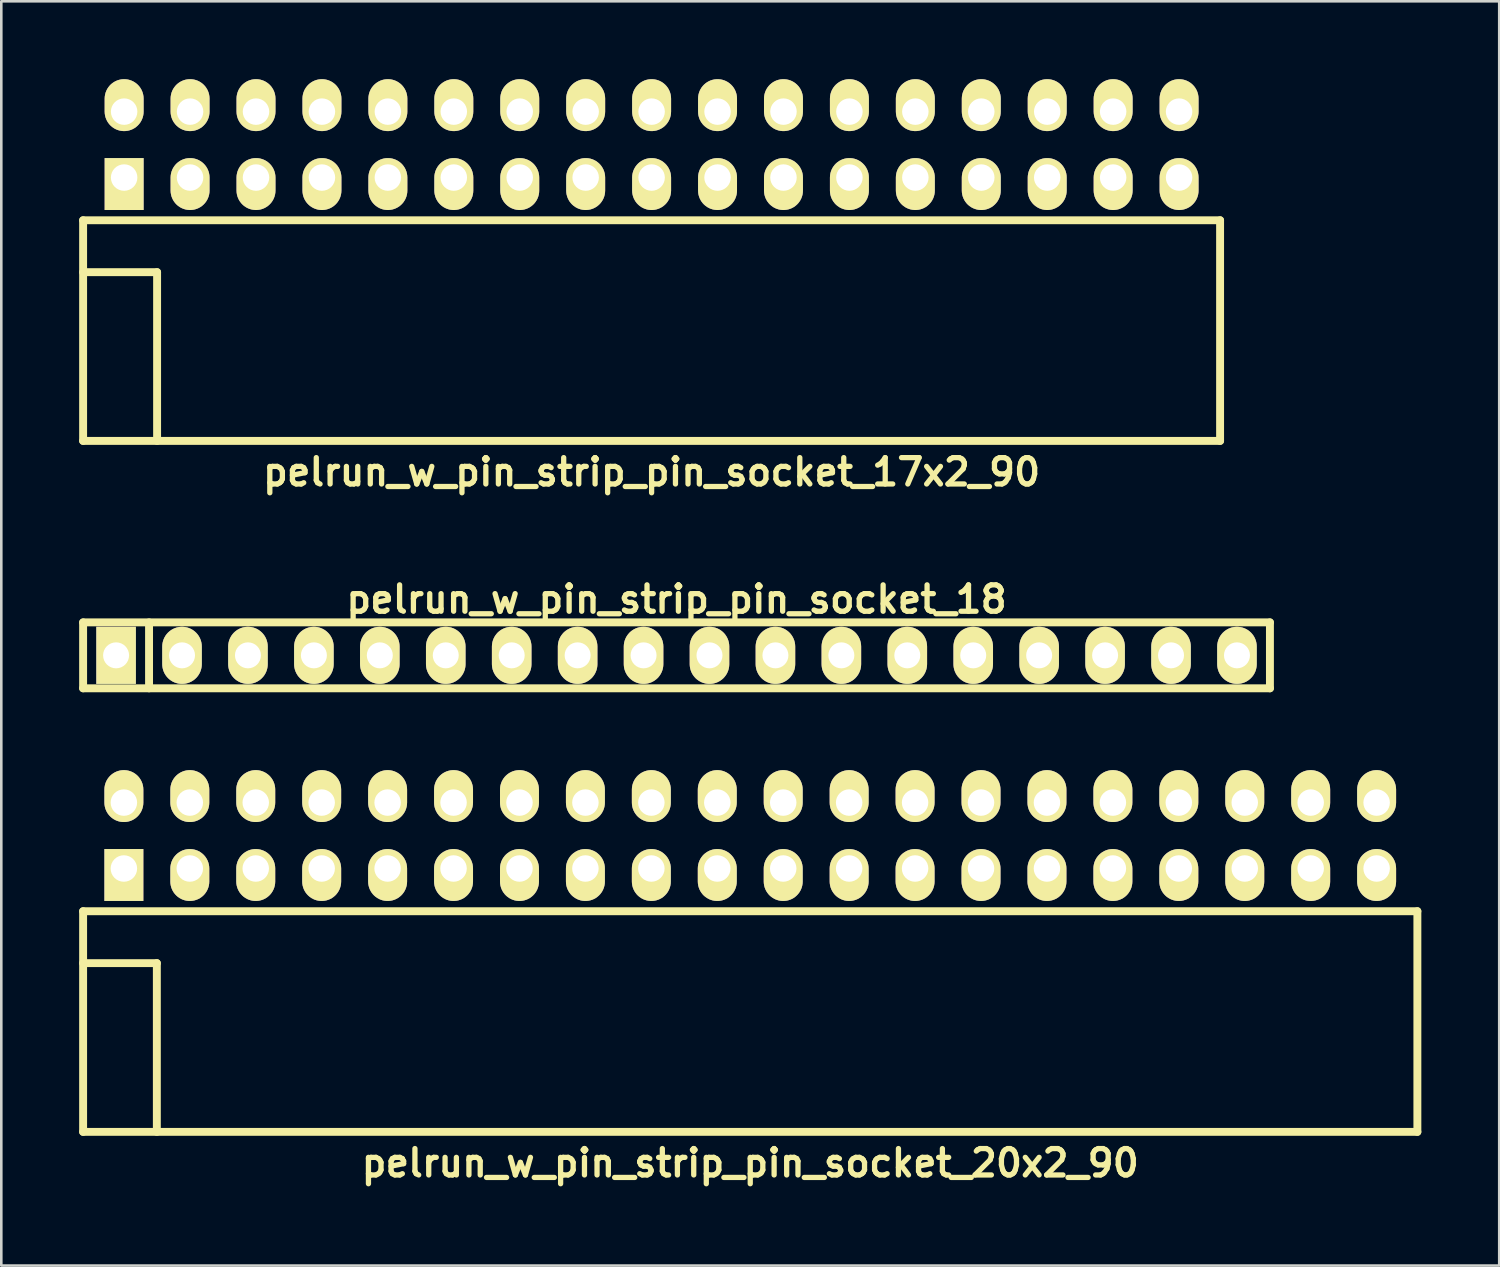
<source format=kicad_pcb>
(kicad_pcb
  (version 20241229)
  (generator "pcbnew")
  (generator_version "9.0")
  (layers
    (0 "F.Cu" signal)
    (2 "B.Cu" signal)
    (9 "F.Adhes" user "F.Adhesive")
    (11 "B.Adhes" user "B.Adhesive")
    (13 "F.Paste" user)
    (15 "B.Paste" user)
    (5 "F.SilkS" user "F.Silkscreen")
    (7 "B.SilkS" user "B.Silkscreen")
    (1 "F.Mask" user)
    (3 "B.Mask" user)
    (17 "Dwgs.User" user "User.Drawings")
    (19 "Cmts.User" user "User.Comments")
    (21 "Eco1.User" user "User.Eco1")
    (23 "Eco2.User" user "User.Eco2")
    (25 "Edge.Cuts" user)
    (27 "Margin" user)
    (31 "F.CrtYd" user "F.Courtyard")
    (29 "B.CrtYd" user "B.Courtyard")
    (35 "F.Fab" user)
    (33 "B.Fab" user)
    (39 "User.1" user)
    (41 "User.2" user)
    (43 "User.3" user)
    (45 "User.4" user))
  (footprint "pelrun_w_pin_strip_pin_socket_18"
    (layer "F.Cu")
    (at 23.012 22.196)
    (property "Reference" "pelrun_w_pin_strip_pin_socket_18" (at 0 -2.159 0) (layer "F.SilkS") (effects (font (size 1.016 1.016) (thickness 0.203))))
    (attr through_hole)
    (fp_line (start -22.86 -1.27) (end 22.86 -1.27) (stroke (width 0.305) (type solid)) (layer "F.SilkS"))
    (fp_line (start -22.86 1.27) (end -22.86 -1.27) (stroke (width 0.305) (type solid)) (layer "F.SilkS"))
    (fp_line (start -20.32 -1.27) (end -20.32 1.27) (stroke (width 0.305) (type solid)) (layer "F.SilkS"))
    (fp_line (start 22.86 -1.27) (end 22.86 1.27) (stroke (width 0.305) (type solid)) (layer "F.SilkS"))
    (fp_line (start 22.86 1.27) (end -22.86 1.27) (stroke (width 0.305) (type solid)) (layer "F.SilkS"))
    (pad "1" thru_hole rect (at -21.59 0) (size 1.524 2.2) (drill 1.001) (layers "*.Cu" "*.Mask" "F.SilkS"))
    (pad "2" thru_hole oval (at -19.05 0) (size 1.524 2.2) (drill 1.001) (layers "*.Cu" "*.Mask" "F.SilkS"))
    (pad "3" thru_hole oval (at -16.51 0) (size 1.524 2.2) (drill 1.001) (layers "*.Cu" "*.Mask" "F.SilkS"))
    (pad "4" thru_hole oval (at -13.97 0) (size 1.524 2.2) (drill 1.001) (layers "*.Cu" "*.Mask" "F.SilkS"))
    (pad "5" thru_hole oval (at -11.43 0) (size 1.524 2.2) (drill 1.001) (layers "*.Cu" "*.Mask" "F.SilkS"))
    (pad "6" thru_hole oval (at -8.89 0) (size 1.524 2.2) (drill 1.001) (layers "*.Cu" "*.Mask" "F.SilkS"))
    (pad "7" thru_hole oval (at -6.35 0) (size 1.524 2.2) (drill 1.001) (layers "*.Cu" "*.Mask" "F.SilkS"))
    (pad "8" thru_hole oval (at -3.81 0) (size 1.524 2.2) (drill 1.001) (layers "*.Cu" "*.Mask" "F.SilkS"))
    (pad "9" thru_hole oval (at -1.27 0) (size 1.524 2.2) (drill 1.001) (layers "*.Cu" "*.Mask" "F.SilkS"))
    (pad "10" thru_hole oval (at 1.27 0) (size 1.524 2.2) (drill 1.001) (layers "*.Cu" "*.Mask" "F.SilkS"))
    (pad "11" thru_hole oval (at 3.81 0) (size 1.524 2.2) (drill 1.001) (layers "*.Cu" "*.Mask" "F.SilkS"))
    (pad "12" thru_hole oval (at 6.35 0) (size 1.524 2.2) (drill 1.001) (layers "*.Cu" "*.Mask" "F.SilkS"))
    (pad "13" thru_hole oval (at 8.89 0) (size 1.524 2.2) (drill 1.001) (layers "*.Cu" "*.Mask" "F.SilkS"))
    (pad "14" thru_hole oval (at 11.43 0) (size 1.524 2.2) (drill 1.001) (layers "*.Cu" "*.Mask" "F.SilkS"))
    (pad "15" thru_hole oval (at 13.97 0) (size 1.524 2.2) (drill 1.001) (layers "*.Cu" "*.Mask" "F.SilkS"))
    (pad "16" thru_hole oval (at 16.51 0) (size 1.524 2.2) (drill 1.001) (layers "*.Cu" "*.Mask" "F.SilkS"))
    (pad "17" thru_hole oval (at 19.05 0) (size 1.524 2.2) (drill 1.001) (layers "*.Cu" "*.Mask" "F.SilkS"))
    (pad "18" thru_hole oval (at 21.59 0) (size 1.524 2.2) (drill 1.001) (layers "*.Cu" "*.Mask" "F.SilkS")))
  (footprint "pelrun_w_pin_strip_pin_socket_17x2_90"
    (layer "F.Cu")
    (at 22.052 7.435)
    (property "Reference" "pelrun_w_pin_strip_pin_socket_17x2_90" (at 0 7.7 0) (layer "F.SilkS") (effects (font (size 1.016 1.016) (thickness 0.203))))
    (attr through_hole)
    (fp_line (start -21.9 -2) (end -21.9 6.5) (stroke (width 0.305) (type solid)) (layer "F.SilkS"))
    (fp_line (start -21.9 -2) (end 21.9 -2) (stroke (width 0.305) (type solid)) (layer "F.SilkS"))
    (fp_line (start -21.9 0) (end -19.05 0) (stroke (width 0.305) (type solid)) (layer "F.SilkS"))
    (fp_line (start -21.9 6.5) (end 21.9 6.5) (stroke (width 0.305) (type solid)) (layer "F.SilkS"))
    (fp_line (start -19.05 0) (end -19.05 6.5) (stroke (width 0.305) (type solid)) (layer "F.SilkS"))
    (fp_line (start 21.9 -2) (end 21.9 6.5) (stroke (width 0.305) (type solid)) (layer "F.SilkS"))
    (pad "1" thru_hole rect (at -20.32 -3.645) (size 1.5 2) (drill 1.02 (offset 0 0.25)) (layers "*.Cu" "*.Mask" "F.SilkS"))
    (pad "2" thru_hole oval (at -20.32 -6.185) (size 1.5 2) (drill 1.02 (offset 0 -0.25)) (layers "*.Cu" "*.Mask" "F.SilkS"))
    (pad "3" thru_hole oval (at -17.78 -3.645) (size 1.5 2) (drill 1.02 (offset 0 0.25)) (layers "*.Cu" "*.Mask" "F.SilkS"))
    (pad "4" thru_hole oval (at -17.78 -6.185) (size 1.5 2) (drill 1.02 (offset 0 -0.25)) (layers "*.Cu" "*.Mask" "F.SilkS"))
    (pad "5" thru_hole oval (at -15.24 -3.645) (size 1.5 2) (drill 1.02 (offset 0 0.25)) (layers "*.Cu" "*.Mask" "F.SilkS"))
    (pad "6" thru_hole oval (at -15.24 -6.185) (size 1.5 2) (drill 1.02 (offset 0 -0.25)) (layers "*.Cu" "*.Mask" "F.SilkS"))
    (pad "7" thru_hole oval (at -12.7 -3.645) (size 1.5 2) (drill 1.02 (offset 0 0.25)) (layers "*.Cu" "*.Mask" "F.SilkS"))
    (pad "8" thru_hole oval (at -12.7 -6.185) (size 1.5 2) (drill 1.02 (offset 0 -0.25)) (layers "*.Cu" "*.Mask" "F.SilkS"))
    (pad "9" thru_hole oval (at -10.16 -3.645) (size 1.5 2) (drill 1.02 (offset 0 0.25)) (layers "*.Cu" "*.Mask" "F.SilkS"))
    (pad "10" thru_hole oval (at -10.16 -6.185) (size 1.5 2) (drill 1.02 (offset 0 -0.25)) (layers "*.Cu" "*.Mask" "F.SilkS"))
    (pad "11" thru_hole oval (at -7.62 -3.645) (size 1.5 2) (drill 1.02 (offset 0 0.25)) (layers "*.Cu" "*.Mask" "F.SilkS"))
    (pad "12" thru_hole oval (at -7.62 -6.185) (size 1.5 2) (drill 1.02 (offset 0 -0.25)) (layers "*.Cu" "*.Mask" "F.SilkS"))
    (pad "13" thru_hole oval (at -5.08 -3.645) (size 1.5 2) (drill 1.02 (offset 0 0.25)) (layers "*.Cu" "*.Mask" "F.SilkS"))
    (pad "14" thru_hole oval (at -5.08 -6.185) (size 1.5 2) (drill 1.02 (offset 0 -0.25)) (layers "*.Cu" "*.Mask" "F.SilkS"))
    (pad "15" thru_hole oval (at -2.54 -3.645) (size 1.5 2) (drill 1.02 (offset 0 0.25)) (layers "*.Cu" "*.Mask" "F.SilkS"))
    (pad "16" thru_hole oval (at -2.54 -6.185) (size 1.5 2) (drill 1.02 (offset 0 -0.25)) (layers "*.Cu" "*.Mask" "F.SilkS"))
    (pad "17" thru_hole oval (at 0 -3.645) (size 1.5 2) (drill 1.02 (offset 0 0.25)) (layers "*.Cu" "*.Mask" "F.SilkS"))
    (pad "18" thru_hole oval (at 0 -6.185) (size 1.5 2) (drill 1.02 (offset 0 -0.25)) (layers "*.Cu" "*.Mask" "F.SilkS"))
    (pad "19" thru_hole oval (at 2.54 -3.645) (size 1.5 2) (drill 1.02 (offset 0 0.25)) (layers "*.Cu" "*.Mask" "F.SilkS"))
    (pad "20" thru_hole oval (at 2.54 -6.185) (size 1.5 2) (drill 1.02 (offset 0 -0.25)) (layers "*.Cu" "*.Mask" "F.SilkS"))
    (pad "21" thru_hole oval (at 5.08 -3.645) (size 1.5 2) (drill 1.02 (offset 0 0.25)) (layers "*.Cu" "*.Mask" "F.SilkS"))
    (pad "22" thru_hole oval (at 5.08 -6.185) (size 1.5 2) (drill 1.02 (offset 0 -0.25)) (layers "*.Cu" "*.Mask" "F.SilkS"))
    (pad "23" thru_hole oval (at 7.62 -3.645) (size 1.5 2) (drill 1.02 (offset 0 0.25)) (layers "*.Cu" "*.Mask" "F.SilkS"))
    (pad "24" thru_hole oval (at 7.62 -6.185) (size 1.5 2) (drill 1.02 (offset 0 -0.25)) (layers "*.Cu" "*.Mask" "F.SilkS"))
    (pad "25" thru_hole oval (at 10.16 -3.645) (size 1.5 2) (drill 1.02 (offset 0 0.25)) (layers "*.Cu" "*.Mask" "F.SilkS"))
    (pad "26" thru_hole oval (at 10.16 -6.185) (size 1.5 2) (drill 1.02 (offset 0 -0.25)) (layers "*.Cu" "*.Mask" "F.SilkS"))
    (pad "27" thru_hole oval (at 12.7 -3.645) (size 1.5 2) (drill 1.02 (offset 0 0.25)) (layers "*.Cu" "*.Mask" "F.SilkS"))
    (pad "28" thru_hole oval (at 12.7 -6.185) (size 1.5 2) (drill 1.02 (offset 0 -0.25)) (layers "*.Cu" "*.Mask" "F.SilkS"))
    (pad "29" thru_hole oval (at 15.24 -3.645) (size 1.5 2) (drill 1.02 (offset 0 0.25)) (layers "*.Cu" "*.Mask" "F.SilkS"))
    (pad "30" thru_hole oval (at 15.24 -6.185) (size 1.5 2) (drill 1.02 (offset 0 -0.25)) (layers "*.Cu" "*.Mask" "F.SilkS"))
    (pad "31" thru_hole oval (at 17.78 -3.645) (size 1.5 2) (drill 1.02 (offset 0 0.25)) (layers "*.Cu" "*.Mask" "F.SilkS"))
    (pad "32" thru_hole oval (at 17.78 -6.185) (size 1.5 2) (drill 1.02 (offset 0 -0.25)) (layers "*.Cu" "*.Mask" "F.SilkS"))
    (pad "33" thru_hole oval (at 20.32 -3.645) (size 1.5 2) (drill 1.02 (offset 0 0.25)) (layers "*.Cu" "*.Mask" "F.SilkS"))
    (pad "34" thru_hole oval (at 20.32 -6.185) (size 1.5 2) (drill 1.02 (offset 0 -0.25)) (layers "*.Cu" "*.Mask" "F.SilkS")))
  (footprint "pelrun_w_pin_strip_pin_socket_20x2_90"
    (layer "F.Cu")
    (at 25.852 34.053)
    (property "Reference" "pelrun_w_pin_strip_pin_socket_20x2_90" (at 0 7.7 0) (layer "F.SilkS") (effects (font (size 1.016 1.016) (thickness 0.203))))
    (attr through_hole)
    (fp_line (start -25.7 -2) (end -25.7 6.5) (stroke (width 0.305) (type solid)) (layer "F.SilkS"))
    (fp_line (start -25.7 -2) (end 25.7 -2) (stroke (width 0.305) (type solid)) (layer "F.SilkS"))
    (fp_line (start -25.7 0) (end -22.86 0) (stroke (width 0.305) (type solid)) (layer "F.SilkS"))
    (fp_line (start -25.7 6.5) (end 25.7 6.5) (stroke (width 0.305) (type solid)) (layer "F.SilkS"))
    (fp_line (start -22.86 0) (end -22.86 6.5) (stroke (width 0.305) (type solid)) (layer "F.SilkS"))
    (fp_line (start 25.7 -2) (end 25.7 6.5) (stroke (width 0.305) (type solid)) (layer "F.SilkS"))
    (pad "1" thru_hole rect (at -24.13 -3.645) (size 1.5 2) (drill 1.02 (offset 0 0.25)) (layers "*.Cu" "*.Mask" "F.SilkS"))
    (pad "2" thru_hole oval (at -24.13 -6.185) (size 1.5 2) (drill 1.02 (offset 0 -0.25)) (layers "*.Cu" "*.Mask" "F.SilkS"))
    (pad "3" thru_hole oval (at -21.59 -3.645) (size 1.5 2) (drill 1.02 (offset 0 0.25)) (layers "*.Cu" "*.Mask" "F.SilkS"))
    (pad "4" thru_hole oval (at -21.59 -6.185) (size 1.5 2) (drill 1.02 (offset 0 -0.25)) (layers "*.Cu" "*.Mask" "F.SilkS"))
    (pad "5" thru_hole oval (at -19.05 -3.645) (size 1.5 2) (drill 1.02 (offset 0 0.25)) (layers "*.Cu" "*.Mask" "F.SilkS"))
    (pad "6" thru_hole oval (at -19.05 -6.185) (size 1.5 2) (drill 1.02 (offset 0 -0.25)) (layers "*.Cu" "*.Mask" "F.SilkS"))
    (pad "7" thru_hole oval (at -16.51 -3.645) (size 1.5 2) (drill 1.02 (offset 0 0.25)) (layers "*.Cu" "*.Mask" "F.SilkS"))
    (pad "8" thru_hole oval (at -16.51 -6.185) (size 1.5 2) (drill 1.02 (offset 0 -0.25)) (layers "*.Cu" "*.Mask" "F.SilkS"))
    (pad "9" thru_hole oval (at -13.97 -3.645) (size 1.5 2) (drill 1.02 (offset 0 0.25)) (layers "*.Cu" "*.Mask" "F.SilkS"))
    (pad "10" thru_hole oval (at -13.97 -6.185) (size 1.5 2) (drill 1.02 (offset 0 -0.25)) (layers "*.Cu" "*.Mask" "F.SilkS"))
    (pad "11" thru_hole oval (at -11.43 -3.645) (size 1.5 2) (drill 1.02 (offset 0 0.25)) (layers "*.Cu" "*.Mask" "F.SilkS"))
    (pad "12" thru_hole oval (at -11.43 -6.185) (size 1.5 2) (drill 1.02 (offset 0 -0.25)) (layers "*.Cu" "*.Mask" "F.SilkS"))
    (pad "13" thru_hole oval (at -8.89 -3.645) (size 1.5 2) (drill 1.02 (offset 0 0.25)) (layers "*.Cu" "*.Mask" "F.SilkS"))
    (pad "14" thru_hole oval (at -8.89 -6.185) (size 1.5 2) (drill 1.02 (offset 0 -0.25)) (layers "*.Cu" "*.Mask" "F.SilkS"))
    (pad "15" thru_hole oval (at -6.35 -3.645) (size 1.5 2) (drill 1.02 (offset 0 0.25)) (layers "*.Cu" "*.Mask" "F.SilkS"))
    (pad "16" thru_hole oval (at -6.35 -6.185) (size 1.5 2) (drill 1.02 (offset 0 -0.25)) (layers "*.Cu" "*.Mask" "F.SilkS"))
    (pad "17" thru_hole oval (at -3.81 -3.645) (size 1.5 2) (drill 1.02 (offset 0 0.25)) (layers "*.Cu" "*.Mask" "F.SilkS"))
    (pad "18" thru_hole oval (at -3.81 -6.185) (size 1.5 2) (drill 1.02 (offset 0 -0.25)) (layers "*.Cu" "*.Mask" "F.SilkS"))
    (pad "19" thru_hole oval (at -1.27 -3.645) (size 1.5 2) (drill 1.02 (offset 0 0.25)) (layers "*.Cu" "*.Mask" "F.SilkS"))
    (pad "20" thru_hole oval (at -1.27 -6.185) (size 1.5 2) (drill 1.02 (offset 0 -0.25)) (layers "*.Cu" "*.Mask" "F.SilkS"))
    (pad "21" thru_hole oval (at 1.27 -3.645) (size 1.5 2) (drill 1.02 (offset 0 0.25)) (layers "*.Cu" "*.Mask" "F.SilkS"))
    (pad "22" thru_hole oval (at 1.27 -6.185) (size 1.5 2) (drill 1.02 (offset 0 -0.25)) (layers "*.Cu" "*.Mask" "F.SilkS"))
    (pad "23" thru_hole oval (at 3.81 -3.645) (size 1.5 2) (drill 1.02 (offset 0 0.25)) (layers "*.Cu" "*.Mask" "F.SilkS"))
    (pad "24" thru_hole oval (at 3.81 -6.185) (size 1.5 2) (drill 1.02 (offset 0 -0.25)) (layers "*.Cu" "*.Mask" "F.SilkS"))
    (pad "25" thru_hole oval (at 6.35 -3.645) (size 1.5 2) (drill 1.02 (offset 0 0.25)) (layers "*.Cu" "*.Mask" "F.SilkS"))
    (pad "26" thru_hole oval (at 6.35 -6.185) (size 1.5 2) (drill 1.02 (offset 0 -0.25)) (layers "*.Cu" "*.Mask" "F.SilkS"))
    (pad "27" thru_hole oval (at 8.89 -3.645) (size 1.5 2) (drill 1.02 (offset 0 0.25)) (layers "*.Cu" "*.Mask" "F.SilkS"))
    (pad "28" thru_hole oval (at 8.89 -6.185) (size 1.5 2) (drill 1.02 (offset 0 -0.25)) (layers "*.Cu" "*.Mask" "F.SilkS"))
    (pad "29" thru_hole oval (at 11.43 -3.645) (size 1.5 2) (drill 1.02 (offset 0 0.25)) (layers "*.Cu" "*.Mask" "F.SilkS"))
    (pad "30" thru_hole oval (at 11.43 -6.185) (size 1.5 2) (drill 1.02 (offset 0 -0.25)) (layers "*.Cu" "*.Mask" "F.SilkS"))
    (pad "31" thru_hole oval (at 13.97 -3.645) (size 1.5 2) (drill 1.02 (offset 0 0.25)) (layers "*.Cu" "*.Mask" "F.SilkS"))
    (pad "32" thru_hole oval (at 13.97 -6.185) (size 1.5 2) (drill 1.02 (offset 0 -0.25)) (layers "*.Cu" "*.Mask" "F.SilkS"))
    (pad "33" thru_hole oval (at 16.51 -3.645) (size 1.5 2) (drill 1.02 (offset 0 0.25)) (layers "*.Cu" "*.Mask" "F.SilkS"))
    (pad "34" thru_hole oval (at 16.51 -6.185) (size 1.5 2) (drill 1.02 (offset 0 -0.25)) (layers "*.Cu" "*.Mask" "F.SilkS"))
    (pad "35" thru_hole oval (at 19.05 -3.645) (size 1.5 2) (drill 1.02 (offset 0 0.25)) (layers "*.Cu" "*.Mask" "F.SilkS"))
    (pad "36" thru_hole oval (at 19.05 -6.185) (size 1.5 2) (drill 1.02 (offset 0 -0.25)) (layers "*.Cu" "*.Mask" "F.SilkS"))
    (pad "37" thru_hole oval (at 21.59 -3.645) (size 1.5 2) (drill 1.02 (offset 0 0.25)) (layers "*.Cu" "*.Mask" "F.SilkS"))
    (pad "38" thru_hole oval (at 21.59 -6.185) (size 1.5 2) (drill 1.02 (offset 0 -0.25)) (layers "*.Cu" "*.Mask" "F.SilkS"))
    (pad "39" thru_hole oval (at 24.13 -3.645) (size 1.5 2) (drill 1.02 (offset 0 0.25)) (layers "*.Cu" "*.Mask" "F.SilkS"))
    (pad "40" thru_hole oval (at 24.13 -6.185) (size 1.5 2) (drill 1.02 (offset 0 -0.25)) (layers "*.Cu" "*.Mask" "F.SilkS")))
  (gr_rect
    (start -3 -3)
    (end 54.705 45.704)
    (stroke (width 0.1) (type default))
    (fill no)
    (layer "Edge.Cuts")))
</source>
